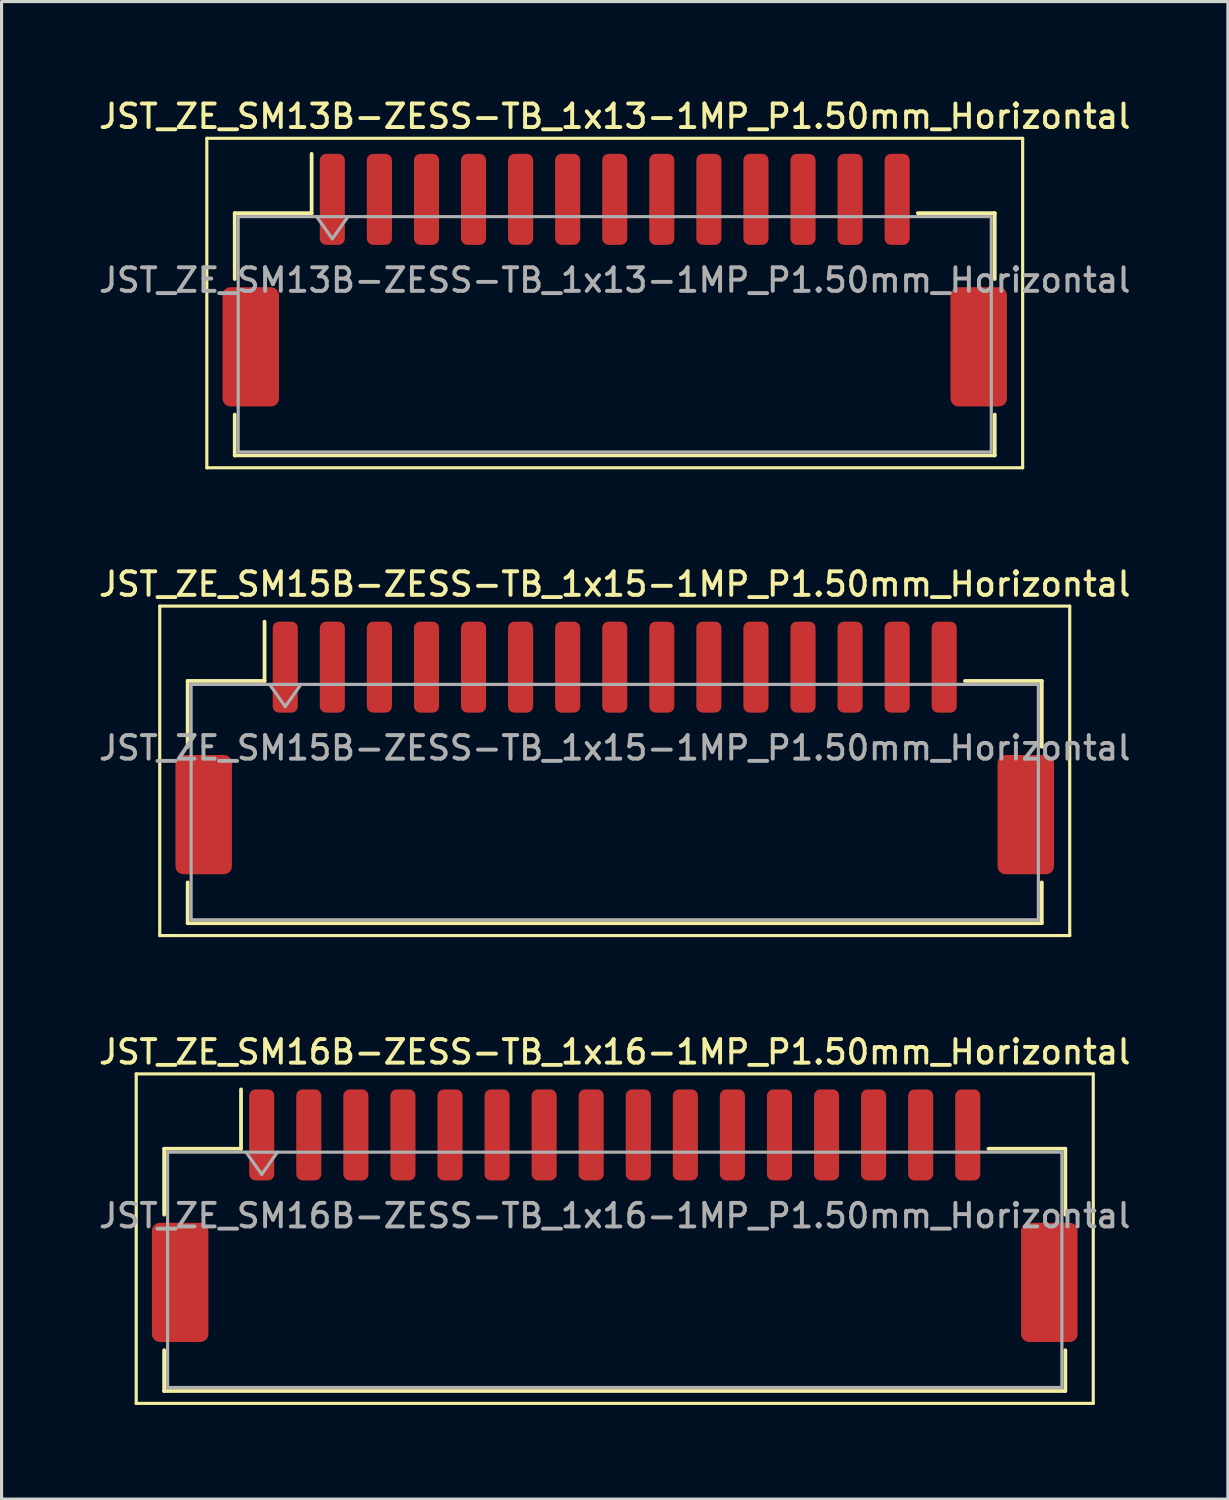
<source format=kicad_pcb>
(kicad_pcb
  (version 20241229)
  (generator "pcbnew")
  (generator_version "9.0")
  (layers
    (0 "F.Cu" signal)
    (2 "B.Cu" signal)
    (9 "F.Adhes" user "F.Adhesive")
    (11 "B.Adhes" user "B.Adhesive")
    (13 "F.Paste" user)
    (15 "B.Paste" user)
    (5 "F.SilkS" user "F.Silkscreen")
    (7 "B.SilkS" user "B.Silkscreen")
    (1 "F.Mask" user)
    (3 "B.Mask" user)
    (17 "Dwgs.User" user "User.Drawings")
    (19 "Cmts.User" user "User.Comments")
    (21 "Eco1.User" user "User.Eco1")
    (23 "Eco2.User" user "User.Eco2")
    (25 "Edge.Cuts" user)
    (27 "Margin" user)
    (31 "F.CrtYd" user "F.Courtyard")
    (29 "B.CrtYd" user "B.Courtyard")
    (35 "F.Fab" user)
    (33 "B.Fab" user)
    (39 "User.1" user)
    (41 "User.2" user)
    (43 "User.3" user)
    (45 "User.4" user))
  (footprint "JST_ZE_SM16B-ZESS-TB_1x16-1MP_P1.50mm_Horizontal"
    (layer "F.Cu")
    (at 16.541 35.694)
    (property "Reference" "JST_ZE_SM16B-ZESS-TB_1x16-1MP_P1.50mm_Horizontal" (at 0 -5.22 0) (layer "F.SilkS") (effects (font (size 0.75 0.75) (thickness 0.125))))
    (attr smd)
    (fp_line (start -15.25 -4.52) (end -15.25 5.98) (stroke (width 0.1) (type solid)) (layer "F.SilkS"))
    (fp_line (start -15.25 5.98) (end 15.25 5.98) (stroke (width 0.1) (type solid)) (layer "F.SilkS"))
    (fp_line (start -14.36 -2.135) (end -11.91 -2.135) (stroke (width 0.12) (type solid)) (layer "F.SilkS"))
    (fp_line (start -14.36 -0.035) (end -14.36 -2.135) (stroke (width 0.12) (type solid)) (layer "F.SilkS"))
    (fp_line (start -14.36 4.285) (end -14.36 5.585) (stroke (width 0.12) (type solid)) (layer "F.SilkS"))
    (fp_line (start -14.36 5.585) (end 14.36 5.585) (stroke (width 0.12) (type solid)) (layer "F.SilkS"))
    (fp_line (start -11.91 -2.135) (end -11.91 -4.025) (stroke (width 0.12) (type solid)) (layer "F.SilkS"))
    (fp_line (start 14.36 -2.135) (end 11.91 -2.135) (stroke (width 0.12) (type solid)) (layer "F.SilkS"))
    (fp_line (start 14.36 -0.035) (end 14.36 -2.135) (stroke (width 0.12) (type solid)) (layer "F.SilkS"))
    (fp_line (start 14.36 5.585) (end 14.36 4.285) (stroke (width 0.12) (type solid)) (layer "F.SilkS"))
    (fp_line (start 15.25 -4.52) (end -15.25 -4.52) (stroke (width 0.1) (type solid)) (layer "F.SilkS"))
    (fp_line (start 15.25 5.98) (end 15.25 -4.52) (stroke (width 0.1) (type solid)) (layer "F.SilkS"))
    (fp_line (start -14.25 -2.025) (end -14.25 5.475) (stroke (width 0.1) (type solid)) (layer "F.Fab"))
    (fp_line (start -14.25 -2.025) (end 14.25 -2.025) (stroke (width 0.1) (type solid)) (layer "F.Fab"))
    (fp_line (start -14.25 5.475) (end 14.25 5.475) (stroke (width 0.1) (type solid)) (layer "F.Fab"))
    (fp_line (start -11.75 -2.025) (end -11.25 -1.318) (stroke (width 0.1) (type solid)) (layer "F.Fab"))
    (fp_line (start -11.25 -1.318) (end -10.75 -2.025) (stroke (width 0.1) (type solid)) (layer "F.Fab"))
    (fp_line (start 14.25 -2.025) (end 14.25 5.475) (stroke (width 0.1) (type solid)) (layer "F.Fab"))
    (fp_text user "${REFERENCE}" (at 0 0 0) (layer "F.Fab") (effects (font (size 0.75 0.75) (thickness 0.125))))
    (pad "1" smd roundrect (at -11.25 -2.575) (size 0.8 2.9) (layers "F.Cu" "F.Mask" "F.Paste") (roundrect_rratio 0.25))
    (pad "2" smd roundrect (at -9.75 -2.575) (size 0.8 2.9) (layers "F.Cu" "F.Mask" "F.Paste") (roundrect_rratio 0.25))
    (pad "3" smd roundrect (at -8.25 -2.575) (size 0.8 2.9) (layers "F.Cu" "F.Mask" "F.Paste") (roundrect_rratio 0.25))
    (pad "4" smd roundrect (at -6.75 -2.575) (size 0.8 2.9) (layers "F.Cu" "F.Mask" "F.Paste") (roundrect_rratio 0.25))
    (pad "5" smd roundrect (at -5.25 -2.575) (size 0.8 2.9) (layers "F.Cu" "F.Mask" "F.Paste") (roundrect_rratio 0.25))
    (pad "6" smd roundrect (at -3.75 -2.575) (size 0.8 2.9) (layers "F.Cu" "F.Mask" "F.Paste") (roundrect_rratio 0.25))
    (pad "7" smd roundrect (at -2.25 -2.575) (size 0.8 2.9) (layers "F.Cu" "F.Mask" "F.Paste") (roundrect_rratio 0.25))
    (pad "8" smd roundrect (at -0.75 -2.575) (size 0.8 2.9) (layers "F.Cu" "F.Mask" "F.Paste") (roundrect_rratio 0.25))
    (pad "9" smd roundrect (at 0.75 -2.575) (size 0.8 2.9) (layers "F.Cu" "F.Mask" "F.Paste") (roundrect_rratio 0.25))
    (pad "10" smd roundrect (at 2.25 -2.575) (size 0.8 2.9) (layers "F.Cu" "F.Mask" "F.Paste") (roundrect_rratio 0.25))
    (pad "11" smd roundrect (at 3.75 -2.575) (size 0.8 2.9) (layers "F.Cu" "F.Mask" "F.Paste") (roundrect_rratio 0.25))
    (pad "12" smd roundrect (at 5.25 -2.575) (size 0.8 2.9) (layers "F.Cu" "F.Mask" "F.Paste") (roundrect_rratio 0.25))
    (pad "13" smd roundrect (at 6.75 -2.575) (size 0.8 2.9) (layers "F.Cu" "F.Mask" "F.Paste") (roundrect_rratio 0.25))
    (pad "14" smd roundrect (at 8.25 -2.575) (size 0.8 2.9) (layers "F.Cu" "F.Mask" "F.Paste") (roundrect_rratio 0.25))
    (pad "15" smd roundrect (at 9.75 -2.575) (size 0.8 2.9) (layers "F.Cu" "F.Mask" "F.Paste") (roundrect_rratio 0.25))
    (pad "16" smd roundrect (at 11.25 -2.575) (size 0.8 2.9) (layers "F.Cu" "F.Mask" "F.Paste") (roundrect_rratio 0.25))
    (pad "MP" smd roundrect (at -13.85 2.125) (size 1.8 3.8) (layers "F.Cu" "F.Mask" "F.Paste") (roundrect_rratio 0.139))
    (pad "MP" smd roundrect (at 13.85 2.125) (size 1.8 3.8) (layers "F.Cu" "F.Mask" "F.Paste") (roundrect_rratio 0.139)))
  (footprint "JST_ZE_SM15B-ZESS-TB_1x15-1MP_P1.50mm_Horizontal"
    (layer "F.Cu")
    (at 16.541 20.786)
    (property "Reference" "JST_ZE_SM15B-ZESS-TB_1x15-1MP_P1.50mm_Horizontal" (at 0 -5.22 0) (layer "F.SilkS") (effects (font (size 0.75 0.75) (thickness 0.125))))
    (attr smd)
    (fp_line (start -14.5 -4.52) (end -14.5 5.98) (stroke (width 0.1) (type solid)) (layer "F.SilkS"))
    (fp_line (start -14.5 5.98) (end 14.5 5.98) (stroke (width 0.1) (type solid)) (layer "F.SilkS"))
    (fp_line (start -13.61 -2.135) (end -11.16 -2.135) (stroke (width 0.12) (type solid)) (layer "F.SilkS"))
    (fp_line (start -13.61 -0.035) (end -13.61 -2.135) (stroke (width 0.12) (type solid)) (layer "F.SilkS"))
    (fp_line (start -13.61 4.285) (end -13.61 5.585) (stroke (width 0.12) (type solid)) (layer "F.SilkS"))
    (fp_line (start -13.61 5.585) (end 13.61 5.585) (stroke (width 0.12) (type solid)) (layer "F.SilkS"))
    (fp_line (start -11.16 -2.135) (end -11.16 -4.025) (stroke (width 0.12) (type solid)) (layer "F.SilkS"))
    (fp_line (start 13.61 -2.135) (end 11.16 -2.135) (stroke (width 0.12) (type solid)) (layer "F.SilkS"))
    (fp_line (start 13.61 -0.035) (end 13.61 -2.135) (stroke (width 0.12) (type solid)) (layer "F.SilkS"))
    (fp_line (start 13.61 5.585) (end 13.61 4.285) (stroke (width 0.12) (type solid)) (layer "F.SilkS"))
    (fp_line (start 14.5 -4.52) (end -14.5 -4.52) (stroke (width 0.1) (type solid)) (layer "F.SilkS"))
    (fp_line (start 14.5 5.98) (end 14.5 -4.52) (stroke (width 0.1) (type solid)) (layer "F.SilkS"))
    (fp_line (start -13.5 -2.025) (end -13.5 5.475) (stroke (width 0.1) (type solid)) (layer "F.Fab"))
    (fp_line (start -13.5 -2.025) (end 13.5 -2.025) (stroke (width 0.1) (type solid)) (layer "F.Fab"))
    (fp_line (start -13.5 5.475) (end 13.5 5.475) (stroke (width 0.1) (type solid)) (layer "F.Fab"))
    (fp_line (start -11 -2.025) (end -10.5 -1.318) (stroke (width 0.1) (type solid)) (layer "F.Fab"))
    (fp_line (start -10.5 -1.318) (end -10 -2.025) (stroke (width 0.1) (type solid)) (layer "F.Fab"))
    (fp_line (start 13.5 -2.025) (end 13.5 5.475) (stroke (width 0.1) (type solid)) (layer "F.Fab"))
    (fp_text user "${REFERENCE}" (at 0 0 0) (layer "F.Fab") (effects (font (size 0.75 0.75) (thickness 0.125))))
    (pad "1" smd roundrect (at -10.5 -2.575) (size 0.8 2.9) (layers "F.Cu" "F.Mask" "F.Paste") (roundrect_rratio 0.25))
    (pad "2" smd roundrect (at -9 -2.575) (size 0.8 2.9) (layers "F.Cu" "F.Mask" "F.Paste") (roundrect_rratio 0.25))
    (pad "3" smd roundrect (at -7.5 -2.575) (size 0.8 2.9) (layers "F.Cu" "F.Mask" "F.Paste") (roundrect_rratio 0.25))
    (pad "4" smd roundrect (at -6 -2.575) (size 0.8 2.9) (layers "F.Cu" "F.Mask" "F.Paste") (roundrect_rratio 0.25))
    (pad "5" smd roundrect (at -4.5 -2.575) (size 0.8 2.9) (layers "F.Cu" "F.Mask" "F.Paste") (roundrect_rratio 0.25))
    (pad "6" smd roundrect (at -3 -2.575) (size 0.8 2.9) (layers "F.Cu" "F.Mask" "F.Paste") (roundrect_rratio 0.25))
    (pad "7" smd roundrect (at -1.5 -2.575) (size 0.8 2.9) (layers "F.Cu" "F.Mask" "F.Paste") (roundrect_rratio 0.25))
    (pad "8" smd roundrect (at 0 -2.575) (size 0.8 2.9) (layers "F.Cu" "F.Mask" "F.Paste") (roundrect_rratio 0.25))
    (pad "9" smd roundrect (at 1.5 -2.575) (size 0.8 2.9) (layers "F.Cu" "F.Mask" "F.Paste") (roundrect_rratio 0.25))
    (pad "10" smd roundrect (at 3 -2.575) (size 0.8 2.9) (layers "F.Cu" "F.Mask" "F.Paste") (roundrect_rratio 0.25))
    (pad "11" smd roundrect (at 4.5 -2.575) (size 0.8 2.9) (layers "F.Cu" "F.Mask" "F.Paste") (roundrect_rratio 0.25))
    (pad "12" smd roundrect (at 6 -2.575) (size 0.8 2.9) (layers "F.Cu" "F.Mask" "F.Paste") (roundrect_rratio 0.25))
    (pad "13" smd roundrect (at 7.5 -2.575) (size 0.8 2.9) (layers "F.Cu" "F.Mask" "F.Paste") (roundrect_rratio 0.25))
    (pad "14" smd roundrect (at 9 -2.575) (size 0.8 2.9) (layers "F.Cu" "F.Mask" "F.Paste") (roundrect_rratio 0.25))
    (pad "15" smd roundrect (at 10.5 -2.575) (size 0.8 2.9) (layers "F.Cu" "F.Mask" "F.Paste") (roundrect_rratio 0.25))
    (pad "MP" smd roundrect (at -13.1 2.125) (size 1.8 3.8) (layers "F.Cu" "F.Mask" "F.Paste") (roundrect_rratio 0.139))
    (pad "MP" smd roundrect (at 13.1 2.125) (size 1.8 3.8) (layers "F.Cu" "F.Mask" "F.Paste") (roundrect_rratio 0.139)))
  (footprint "JST_ZE_SM13B-ZESS-TB_1x13-1MP_P1.50mm_Horizontal"
    (layer "F.Cu")
    (at 16.541 5.878)
    (property "Reference" "JST_ZE_SM13B-ZESS-TB_1x13-1MP_P1.50mm_Horizontal" (at 0 -5.22 0) (layer "F.SilkS") (effects (font (size 0.75 0.75) (thickness 0.125))))
    (attr smd)
    (fp_line (start -13 -4.52) (end -13 5.98) (stroke (width 0.1) (type solid)) (layer "F.SilkS"))
    (fp_line (start -13 5.98) (end 13 5.98) (stroke (width 0.1) (type solid)) (layer "F.SilkS"))
    (fp_line (start -12.11 -2.135) (end -9.66 -2.135) (stroke (width 0.12) (type solid)) (layer "F.SilkS"))
    (fp_line (start -12.11 -0.035) (end -12.11 -2.135) (stroke (width 0.12) (type solid)) (layer "F.SilkS"))
    (fp_line (start -12.11 4.285) (end -12.11 5.585) (stroke (width 0.12) (type solid)) (layer "F.SilkS"))
    (fp_line (start -12.11 5.585) (end 12.11 5.585) (stroke (width 0.12) (type solid)) (layer "F.SilkS"))
    (fp_line (start -9.66 -2.135) (end -9.66 -4.025) (stroke (width 0.12) (type solid)) (layer "F.SilkS"))
    (fp_line (start 12.11 -2.135) (end 9.66 -2.135) (stroke (width 0.12) (type solid)) (layer "F.SilkS"))
    (fp_line (start 12.11 -0.035) (end 12.11 -2.135) (stroke (width 0.12) (type solid)) (layer "F.SilkS"))
    (fp_line (start 12.11 5.585) (end 12.11 4.285) (stroke (width 0.12) (type solid)) (layer "F.SilkS"))
    (fp_line (start 13 -4.52) (end -13 -4.52) (stroke (width 0.1) (type solid)) (layer "F.SilkS"))
    (fp_line (start 13 5.98) (end 13 -4.52) (stroke (width 0.1) (type solid)) (layer "F.SilkS"))
    (fp_line (start -12 -2.025) (end -12 5.475) (stroke (width 0.1) (type solid)) (layer "F.Fab"))
    (fp_line (start -12 -2.025) (end 12 -2.025) (stroke (width 0.1) (type solid)) (layer "F.Fab"))
    (fp_line (start -12 5.475) (end 12 5.475) (stroke (width 0.1) (type solid)) (layer "F.Fab"))
    (fp_line (start -9.5 -2.025) (end -9 -1.318) (stroke (width 0.1) (type solid)) (layer "F.Fab"))
    (fp_line (start -9 -1.318) (end -8.5 -2.025) (stroke (width 0.1) (type solid)) (layer "F.Fab"))
    (fp_line (start 12 -2.025) (end 12 5.475) (stroke (width 0.1) (type solid)) (layer "F.Fab"))
    (fp_text user "${REFERENCE}" (at 0 0 0) (layer "F.Fab") (effects (font (size 0.75 0.75) (thickness 0.125))))
    (pad "1" smd roundrect (at -9 -2.575) (size 0.8 2.9) (layers "F.Cu" "F.Mask" "F.Paste") (roundrect_rratio 0.25))
    (pad "2" smd roundrect (at -7.5 -2.575) (size 0.8 2.9) (layers "F.Cu" "F.Mask" "F.Paste") (roundrect_rratio 0.25))
    (pad "3" smd roundrect (at -6 -2.575) (size 0.8 2.9) (layers "F.Cu" "F.Mask" "F.Paste") (roundrect_rratio 0.25))
    (pad "4" smd roundrect (at -4.5 -2.575) (size 0.8 2.9) (layers "F.Cu" "F.Mask" "F.Paste") (roundrect_rratio 0.25))
    (pad "5" smd roundrect (at -3 -2.575) (size 0.8 2.9) (layers "F.Cu" "F.Mask" "F.Paste") (roundrect_rratio 0.25))
    (pad "6" smd roundrect (at -1.5 -2.575) (size 0.8 2.9) (layers "F.Cu" "F.Mask" "F.Paste") (roundrect_rratio 0.25))
    (pad "7" smd roundrect (at 0 -2.575) (size 0.8 2.9) (layers "F.Cu" "F.Mask" "F.Paste") (roundrect_rratio 0.25))
    (pad "8" smd roundrect (at 1.5 -2.575) (size 0.8 2.9) (layers "F.Cu" "F.Mask" "F.Paste") (roundrect_rratio 0.25))
    (pad "9" smd roundrect (at 3 -2.575) (size 0.8 2.9) (layers "F.Cu" "F.Mask" "F.Paste") (roundrect_rratio 0.25))
    (pad "10" smd roundrect (at 4.5 -2.575) (size 0.8 2.9) (layers "F.Cu" "F.Mask" "F.Paste") (roundrect_rratio 0.25))
    (pad "11" smd roundrect (at 6 -2.575) (size 0.8 2.9) (layers "F.Cu" "F.Mask" "F.Paste") (roundrect_rratio 0.25))
    (pad "12" smd roundrect (at 7.5 -2.575) (size 0.8 2.9) (layers "F.Cu" "F.Mask" "F.Paste") (roundrect_rratio 0.25))
    (pad "13" smd roundrect (at 9 -2.575) (size 0.8 2.9) (layers "F.Cu" "F.Mask" "F.Paste") (roundrect_rratio 0.25))
    (pad "MP" smd roundrect (at -11.6 2.125) (size 1.8 3.8) (layers "F.Cu" "F.Mask" "F.Paste") (roundrect_rratio 0.139))
    (pad "MP" smd roundrect (at 11.6 2.125) (size 1.8 3.8) (layers "F.Cu" "F.Mask" "F.Paste") (roundrect_rratio 0.139)))
  (gr_rect
    (start -3 -3)
    (end 36.082 44.724)
    (stroke (width 0.1) (type default))
    (fill no)
    (layer "Edge.Cuts")))
</source>
